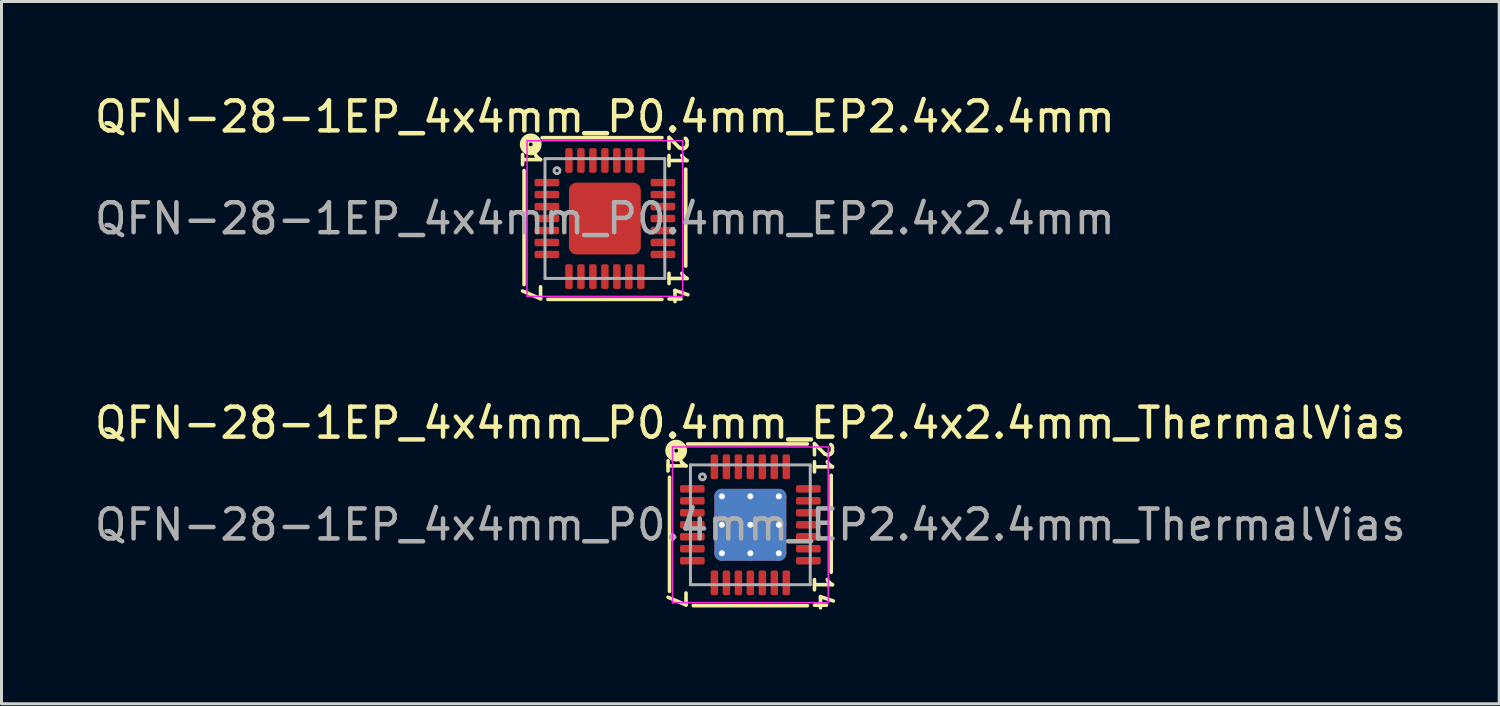
<source format=kicad_pcb>
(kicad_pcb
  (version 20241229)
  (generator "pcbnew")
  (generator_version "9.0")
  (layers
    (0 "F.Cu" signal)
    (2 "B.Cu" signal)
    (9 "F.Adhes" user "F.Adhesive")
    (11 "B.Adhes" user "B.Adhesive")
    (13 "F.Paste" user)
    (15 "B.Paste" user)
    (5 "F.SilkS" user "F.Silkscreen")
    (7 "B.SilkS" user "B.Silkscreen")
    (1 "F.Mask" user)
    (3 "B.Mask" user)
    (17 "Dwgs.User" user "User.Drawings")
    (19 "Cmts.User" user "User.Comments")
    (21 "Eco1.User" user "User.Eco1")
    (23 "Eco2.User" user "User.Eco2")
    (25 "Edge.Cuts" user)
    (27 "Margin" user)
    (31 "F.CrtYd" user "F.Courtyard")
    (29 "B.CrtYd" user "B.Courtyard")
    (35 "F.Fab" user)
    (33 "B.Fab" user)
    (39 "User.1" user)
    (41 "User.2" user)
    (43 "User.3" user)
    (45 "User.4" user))
  (footprint "QFN-28-1EP_4x4mm_P0.4mm_EP2.4x2.4mm_ThermalVias"
    (layer "F.Cu")
    (at 22.006 14.474)
    (property "Reference" "QFN-28-1EP_4x4mm_P0.4mm_EP2.4x2.4mm_ThermalVias" (at 0 -3.4 0) (layer "F.SilkS") (effects (font (size 1 1) (thickness 0.15))))
    (attr smd)
    (fp_line (start -2.7 -1.587) (end -2.7 2.223) (stroke (width 0.12) (type solid)) (layer "F.SilkS"))
    (fp_line (start -1.905 2.7) (end 1.905 2.7) (stroke (width 0.12) (type solid)) (layer "F.SilkS"))
    (fp_line (start 1.905 -2.7) (end -2.095 -2.7) (stroke (width 0.12) (type solid)) (layer "F.SilkS"))
    (fp_line (start 2.7 1.587) (end 2.7 -1.651) (stroke (width 0.12) (type solid)) (layer "F.SilkS"))
    (fp_circle (center -2.477 -2.477) (end -2.413 -2.477) (stroke (width 0.3) (type solid)) (fill no) (layer "F.SilkS"))
    (fp_line (start -2.6 -2.6) (end -2.6 2.6) (stroke (width 0.05) (type solid)) (layer "F.CrtYd"))
    (fp_line (start -2.6 2.6) (end 2.6 2.6) (stroke (width 0.05) (type solid)) (layer "F.CrtYd"))
    (fp_line (start 2.6 -2.6) (end -2.6 -2.6) (stroke (width 0.05) (type solid)) (layer "F.CrtYd"))
    (fp_line (start 2.6 2.6) (end 2.6 -2.6) (stroke (width 0.05) (type solid)) (layer "F.CrtYd"))
    (fp_line (start -2 -2) (end 2 -2) (stroke (width 0.1) (type solid)) (layer "F.Fab"))
    (fp_line (start -2 2) (end -2 -2) (stroke (width 0.1) (type solid)) (layer "F.Fab"))
    (fp_line (start 2 -2) (end 2 2) (stroke (width 0.1) (type solid)) (layer "F.Fab"))
    (fp_line (start 2 2) (end -2 2) (stroke (width 0.1) (type solid)) (layer "F.Fab"))
    (fp_circle (center -1.6 -1.6) (end -1.5 -1.6) (stroke (width 0.1) (type solid)) (fill no) (layer "F.Fab"))
    (fp_text user "7" (at -2.477 2.477 270) (unlocked yes) (layer "F.SilkS") (effects (font (size 0.6 0.6) (thickness 0.12))))
    (fp_text user "14" (at 2.413 2.286 270) (unlocked yes) (layer "F.SilkS") (effects (font (size 0.6 0.6) (thickness 0.12))))
    (fp_text user "21" (at 2.413 -2.223 270) (unlocked yes) (layer "F.SilkS") (effects (font (size 0.6 0.6) (thickness 0.12))))
    (fp_text user "1" (at -2.477 -1.968 270) (unlocked yes) (layer "F.SilkS") (effects (font (size 0.6 0.6) (thickness 0.12))))
    (fp_text user "${REFERENCE}" (at 0 0 0) (layer "F.Fab") (effects (font (size 1 1) (thickness 0.15))))
    (pad "" smd roundrect (at -0.6 -0.6) (size 1.04 1.04) (layers "F.Paste") (roundrect_rratio 0.24))
    (pad "" smd roundrect (at -0.6 0.6) (size 1.04 1.04) (layers "F.Paste") (roundrect_rratio 0.24))
    (pad "" smd roundrect (at 0.6 -0.6) (size 1.04 1.04) (layers "F.Paste") (roundrect_rratio 0.24))
    (pad "" smd roundrect (at 0.6 0.6) (size 1.04 1.04) (layers "F.Paste") (roundrect_rratio 0.24))
    (pad "1" smd roundrect (at -1.938 -1.2) (size 0.825 0.25) (layers "F.Cu" "F.Mask" "F.Paste") (roundrect_rratio 0.25))
    (pad "2" smd roundrect (at -1.938 -0.8) (size 0.825 0.25) (layers "F.Cu" "F.Mask" "F.Paste") (roundrect_rratio 0.25))
    (pad "3" smd roundrect (at -1.938 -0.4) (size 0.825 0.25) (layers "F.Cu" "F.Mask" "F.Paste") (roundrect_rratio 0.25))
    (pad "4" smd roundrect (at -1.938 0) (size 0.825 0.25) (layers "F.Cu" "F.Mask" "F.Paste") (roundrect_rratio 0.25))
    (pad "5" smd roundrect (at -1.938 0.4) (size 0.825 0.25) (layers "F.Cu" "F.Mask" "F.Paste") (roundrect_rratio 0.25))
    (pad "6" smd roundrect (at -1.938 0.8) (size 0.825 0.25) (layers "F.Cu" "F.Mask" "F.Paste") (roundrect_rratio 0.25))
    (pad "7" smd roundrect (at -1.938 1.2) (size 0.825 0.25) (layers "F.Cu" "F.Mask" "F.Paste") (roundrect_rratio 0.25))
    (pad "8" smd roundrect (at -1.2 1.938) (size 0.25 0.825) (layers "F.Cu" "F.Mask" "F.Paste") (roundrect_rratio 0.25))
    (pad "9" smd roundrect (at -0.8 1.938) (size 0.25 0.825) (layers "F.Cu" "F.Mask" "F.Paste") (roundrect_rratio 0.25))
    (pad "10" smd roundrect (at -0.4 1.938) (size 0.25 0.825) (layers "F.Cu" "F.Mask" "F.Paste") (roundrect_rratio 0.25))
    (pad "11" smd roundrect (at 0 1.938) (size 0.25 0.825) (layers "F.Cu" "F.Mask" "F.Paste") (roundrect_rratio 0.25))
    (pad "12" smd roundrect (at 0.4 1.938) (size 0.25 0.825) (layers "F.Cu" "F.Mask" "F.Paste") (roundrect_rratio 0.25))
    (pad "13" smd roundrect (at 0.8 1.938) (size 0.25 0.825) (layers "F.Cu" "F.Mask" "F.Paste") (roundrect_rratio 0.25))
    (pad "14" smd roundrect (at 1.2 1.938) (size 0.25 0.825) (layers "F.Cu" "F.Mask" "F.Paste") (roundrect_rratio 0.25))
    (pad "15" smd roundrect (at 1.938 1.2) (size 0.825 0.25) (layers "F.Cu" "F.Mask" "F.Paste") (roundrect_rratio 0.25))
    (pad "16" smd roundrect (at 1.938 0.8) (size 0.825 0.25) (layers "F.Cu" "F.Mask" "F.Paste") (roundrect_rratio 0.25))
    (pad "17" smd roundrect (at 1.938 0.4) (size 0.825 0.25) (layers "F.Cu" "F.Mask" "F.Paste") (roundrect_rratio 0.25))
    (pad "18" smd roundrect (at 1.938 0) (size 0.825 0.25) (layers "F.Cu" "F.Mask" "F.Paste") (roundrect_rratio 0.25))
    (pad "19" smd roundrect (at 1.938 -0.4) (size 0.825 0.25) (layers "F.Cu" "F.Mask" "F.Paste") (roundrect_rratio 0.25))
    (pad "20" smd roundrect (at 1.938 -0.8) (size 0.825 0.25) (layers "F.Cu" "F.Mask" "F.Paste") (roundrect_rratio 0.25))
    (pad "21" smd roundrect (at 1.938 -1.2) (size 0.825 0.25) (layers "F.Cu" "F.Mask" "F.Paste") (roundrect_rratio 0.25))
    (pad "22" smd roundrect (at 1.2 -1.938) (size 0.25 0.825) (layers "F.Cu" "F.Mask" "F.Paste") (roundrect_rratio 0.25))
    (pad "23" smd roundrect (at 0.8 -1.938) (size 0.25 0.825) (layers "F.Cu" "F.Mask" "F.Paste") (roundrect_rratio 0.25))
    (pad "24" smd roundrect (at 0.4 -1.938) (size 0.25 0.825) (layers "F.Cu" "F.Mask" "F.Paste") (roundrect_rratio 0.25))
    (pad "25" smd roundrect (at 0 -1.938) (size 0.25 0.825) (layers "F.Cu" "F.Mask" "F.Paste") (roundrect_rratio 0.25))
    (pad "26" smd roundrect (at -0.4 -1.938) (size 0.25 0.825) (layers "F.Cu" "F.Mask" "F.Paste") (roundrect_rratio 0.25))
    (pad "27" smd roundrect (at -0.8 -1.938) (size 0.25 0.825) (layers "F.Cu" "F.Mask" "F.Paste") (roundrect_rratio 0.25))
    (pad "28" smd roundrect (at -1.2 -1.938) (size 0.25 0.825) (layers "F.Cu" "F.Mask" "F.Paste") (roundrect_rratio 0.25))
    (pad "29" thru_hole circle (at -0.95 -0.95) (size 0.5 0.5) (drill 0.2) (property pad_prop_heatsink) (layers "*.Cu"))
    (pad "29" thru_hole circle (at -0.95 0) (size 0.5 0.5) (drill 0.2) (property pad_prop_heatsink) (layers "*.Cu"))
    (pad "29" thru_hole circle (at -0.95 0.95) (size 0.5 0.5) (drill 0.2) (property pad_prop_heatsink) (layers "*.Cu"))
    (pad "29" thru_hole circle (at 0 -0.95) (size 0.5 0.5) (drill 0.2) (property pad_prop_heatsink) (layers "*.Cu"))
    (pad "29" thru_hole circle (at 0 0) (size 0.5 0.5) (drill 0.2) (property pad_prop_heatsink) (layers "*.Cu"))
    (pad "29" smd roundrect (at 0 0) (size 2.4 2.4) (layers "F.Cu" "F.Mask") (roundrect_rratio 0.104))
    (pad "29" smd roundrect (at 0 0) (size 2.4 2.4) (layers "B.Cu" "B.Mask") (roundrect_rratio 0.104))
    (pad "29" thru_hole circle (at 0 0.95) (size 0.5 0.5) (drill 0.2) (property pad_prop_heatsink) (layers "*.Cu"))
    (pad "29" thru_hole circle (at 0.95 -0.95) (size 0.5 0.5) (drill 0.2) (property pad_prop_heatsink) (layers "*.Cu"))
    (pad "29" thru_hole circle (at 0.95 0) (size 0.5 0.5) (drill 0.2) (property pad_prop_heatsink) (layers "*.Cu"))
    (pad "29" thru_hole circle (at 0.95 0.95) (size 0.5 0.5) (drill 0.2) (property pad_prop_heatsink) (layers "*.Cu")))
  (footprint "QFN-28-1EP_4x4mm_P0.4mm_EP2.4x2.4mm"
    (layer "F.Cu")
    (at 17.149 4.248)
    (property "Reference" "QFN-28-1EP_4x4mm_P0.4mm_EP2.4x2.4mm" (at 0 -3.4 0) (layer "F.SilkS") (effects (font (size 1 1) (thickness 0.15))))
    (attr smd)
    (fp_line (start -2.7 -1.605) (end -2.7 2.205) (stroke (width 0.12) (type solid)) (layer "F.SilkS"))
    (fp_line (start -1.905 2.7) (end 1.905 2.7) (stroke (width 0.12) (type solid)) (layer "F.SilkS"))
    (fp_line (start 1.905 -2.7) (end -2.095 -2.7) (stroke (width 0.12) (type solid)) (layer "F.SilkS"))
    (fp_line (start 2.7 1.587) (end 2.7 -1.651) (stroke (width 0.12) (type solid)) (layer "F.SilkS"))
    (fp_circle (center -2.477 -2.477) (end -2.413 -2.477) (stroke (width 0.3) (type solid)) (fill no) (layer "F.SilkS"))
    (fp_line (start -2.6 -2.6) (end -2.6 2.6) (stroke (width 0.05) (type solid)) (layer "F.CrtYd"))
    (fp_line (start -2.6 2.6) (end 2.6 2.6) (stroke (width 0.05) (type solid)) (layer "F.CrtYd"))
    (fp_line (start 2.6 -2.6) (end -2.6 -2.6) (stroke (width 0.05) (type solid)) (layer "F.CrtYd"))
    (fp_line (start 2.6 2.6) (end 2.6 -2.6) (stroke (width 0.05) (type solid)) (layer "F.CrtYd"))
    (fp_line (start -2 -2) (end 2 -2) (stroke (width 0.1) (type solid)) (layer "F.Fab"))
    (fp_line (start -2 2) (end -2 -2) (stroke (width 0.1) (type solid)) (layer "F.Fab"))
    (fp_line (start 2 -2) (end 2 2) (stroke (width 0.1) (type solid)) (layer "F.Fab"))
    (fp_line (start 2 2) (end -2 2) (stroke (width 0.1) (type solid)) (layer "F.Fab"))
    (fp_circle (center -1.6 -1.6) (end -1.5 -1.6) (stroke (width 0.1) (type solid)) (fill no) (layer "F.Fab"))
    (fp_text user "7" (at -2.477 2.477 270) (unlocked yes) (layer "F.SilkS") (effects (font (size 0.6 0.6) (thickness 0.12))))
    (fp_text user "14" (at 2.413 2.286 270) (unlocked yes) (layer "F.SilkS") (effects (font (size 0.6 0.6) (thickness 0.12))))
    (fp_text user "1" (at -2.477 -1.968 270) (unlocked yes) (layer "F.SilkS") (effects (font (size 0.6 0.6) (thickness 0.12))))
    (fp_text user "21" (at 2.413 -2.223 270) (unlocked yes) (layer "F.SilkS") (effects (font (size 0.6 0.6) (thickness 0.12))))
    (fp_text user "${REFERENCE}" (at 0 0 0) (layer "F.Fab") (effects (font (size 1 1) (thickness 0.15))))
    (pad "" smd roundrect (at -0.6 -0.6) (size 0.97 0.97) (layers "F.Paste") (roundrect_rratio 0.25))
    (pad "" smd roundrect (at -0.6 0.6) (size 0.97 0.97) (layers "F.Paste") (roundrect_rratio 0.25))
    (pad "" smd roundrect (at 0.6 -0.6) (size 0.97 0.97) (layers "F.Paste") (roundrect_rratio 0.25))
    (pad "" smd roundrect (at 0.6 0.6) (size 0.97 0.97) (layers "F.Paste") (roundrect_rratio 0.25))
    (pad "1" smd roundrect (at -1.938 -1.2) (size 0.825 0.25) (layers "F.Cu" "F.Mask" "F.Paste") (roundrect_rratio 0.25))
    (pad "2" smd roundrect (at -1.938 -0.8) (size 0.825 0.25) (layers "F.Cu" "F.Mask" "F.Paste") (roundrect_rratio 0.25))
    (pad "3" smd roundrect (at -1.938 -0.4) (size 0.825 0.25) (layers "F.Cu" "F.Mask" "F.Paste") (roundrect_rratio 0.25))
    (pad "4" smd roundrect (at -1.938 0) (size 0.825 0.25) (layers "F.Cu" "F.Mask" "F.Paste") (roundrect_rratio 0.25))
    (pad "5" smd roundrect (at -1.938 0.4) (size 0.825 0.25) (layers "F.Cu" "F.Mask" "F.Paste") (roundrect_rratio 0.25))
    (pad "6" smd roundrect (at -1.938 0.8) (size 0.825 0.25) (layers "F.Cu" "F.Mask" "F.Paste") (roundrect_rratio 0.25))
    (pad "7" smd roundrect (at -1.938 1.2) (size 0.825 0.25) (layers "F.Cu" "F.Mask" "F.Paste") (roundrect_rratio 0.25))
    (pad "8" smd roundrect (at -1.2 1.938) (size 0.25 0.825) (layers "F.Cu" "F.Mask" "F.Paste") (roundrect_rratio 0.25))
    (pad "9" smd roundrect (at -0.8 1.938) (size 0.25 0.825) (layers "F.Cu" "F.Mask" "F.Paste") (roundrect_rratio 0.25))
    (pad "10" smd roundrect (at -0.4 1.938) (size 0.25 0.825) (layers "F.Cu" "F.Mask" "F.Paste") (roundrect_rratio 0.25))
    (pad "11" smd roundrect (at 0 1.938) (size 0.25 0.825) (layers "F.Cu" "F.Mask" "F.Paste") (roundrect_rratio 0.25))
    (pad "12" smd roundrect (at 0.4 1.938) (size 0.25 0.825) (layers "F.Cu" "F.Mask" "F.Paste") (roundrect_rratio 0.25))
    (pad "13" smd roundrect (at 0.8 1.938) (size 0.25 0.825) (layers "F.Cu" "F.Mask" "F.Paste") (roundrect_rratio 0.25))
    (pad "14" smd roundrect (at 1.2 1.938) (size 0.25 0.825) (layers "F.Cu" "F.Mask" "F.Paste") (roundrect_rratio 0.25))
    (pad "15" smd roundrect (at 1.938 1.2) (size 0.825 0.25) (layers "F.Cu" "F.Mask" "F.Paste") (roundrect_rratio 0.25))
    (pad "16" smd roundrect (at 1.938 0.8) (size 0.825 0.25) (layers "F.Cu" "F.Mask" "F.Paste") (roundrect_rratio 0.25))
    (pad "17" smd roundrect (at 1.938 0.4) (size 0.825 0.25) (layers "F.Cu" "F.Mask" "F.Paste") (roundrect_rratio 0.25))
    (pad "18" smd roundrect (at 1.938 0) (size 0.825 0.25) (layers "F.Cu" "F.Mask" "F.Paste") (roundrect_rratio 0.25))
    (pad "19" smd roundrect (at 1.938 -0.4) (size 0.825 0.25) (layers "F.Cu" "F.Mask" "F.Paste") (roundrect_rratio 0.25))
    (pad "20" smd roundrect (at 1.938 -0.8) (size 0.825 0.25) (layers "F.Cu" "F.Mask" "F.Paste") (roundrect_rratio 0.25))
    (pad "21" smd roundrect (at 1.938 -1.2) (size 0.825 0.25) (layers "F.Cu" "F.Mask" "F.Paste") (roundrect_rratio 0.25))
    (pad "22" smd roundrect (at 1.2 -1.938) (size 0.25 0.825) (layers "F.Cu" "F.Mask" "F.Paste") (roundrect_rratio 0.25))
    (pad "23" smd roundrect (at 0.8 -1.938) (size 0.25 0.825) (layers "F.Cu" "F.Mask" "F.Paste") (roundrect_rratio 0.25))
    (pad "24" smd roundrect (at 0.4 -1.938) (size 0.25 0.825) (layers "F.Cu" "F.Mask" "F.Paste") (roundrect_rratio 0.25))
    (pad "25" smd roundrect (at 0 -1.938) (size 0.25 0.825) (layers "F.Cu" "F.Mask" "F.Paste") (roundrect_rratio 0.25))
    (pad "26" smd roundrect (at -0.4 -1.938) (size 0.25 0.825) (layers "F.Cu" "F.Mask" "F.Paste") (roundrect_rratio 0.25))
    (pad "27" smd roundrect (at -0.8 -1.938) (size 0.25 0.825) (layers "F.Cu" "F.Mask" "F.Paste") (roundrect_rratio 0.25))
    (pad "28" smd roundrect (at -1.2 -1.938) (size 0.25 0.825) (layers "F.Cu" "F.Mask" "F.Paste") (roundrect_rratio 0.25))
    (pad "29" smd roundrect (at 0 0) (size 2.4 2.4) (layers "F.Cu" "F.Mask") (roundrect_rratio 0.104)))
  (gr_rect
    (start -3 -3)
    (end 47.012 20.451)
    (stroke (width 0.1) (type default))
    (fill no)
    (layer "Edge.Cuts")))
</source>
